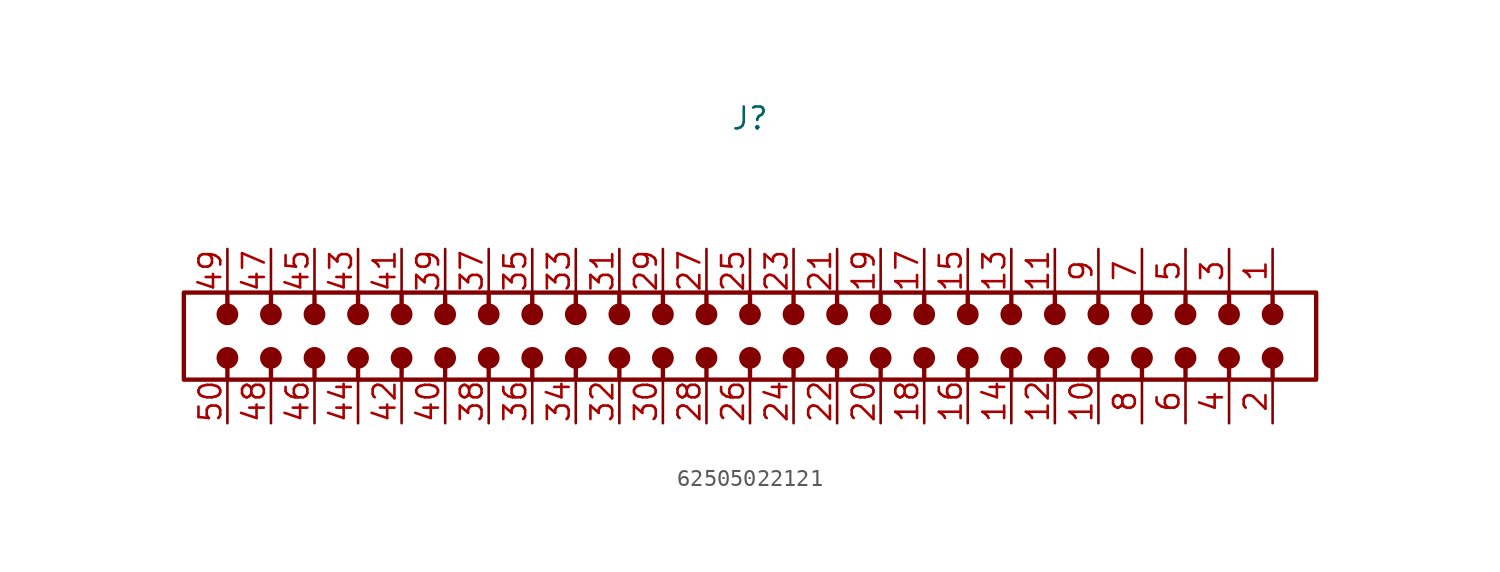
<source format=kicad_sym>
(kicad_symbol_lib
  (version 20241209)
  (generator "kicad_symbol_editor")
  (generator_version "9.0")
  (symbol "62505022121"
    (pin_names
      (hide yes))
    (property "Reference" "J"
      (at 0 12.7 0)
      (effects (font (size 1.27 1.27))))
    (symbol "62505022121_1_1"
      (rectangle (start -33.02 2.54) (end 33.02 -2.54) (stroke (width 0.254) (type solid)) (fill (type none)))
      (polyline (pts (xy -30.48 1.778) (xy -30.48 2.54)) (stroke (width 0.254) (type solid)) (fill (type none)))
      (circle (center -30.48 1.27) (radius 0.508) (stroke (width 0.254) (type solid)) (fill (type outline)))
      (circle (center -30.48 -1.27) (radius 0.508) (stroke (width 0.254) (type solid)) (fill (type outline)))
      (polyline (pts (xy -30.48 -1.778) (xy -30.48 -2.54)) (stroke (width 0.254) (type solid)) (fill (type none)))
      (polyline (pts (xy -27.94 1.778) (xy -27.94 2.54)) (stroke (width 0.254) (type solid)) (fill (type none)))
      (circle (center -27.94 1.27) (radius 0.508) (stroke (width 0.254) (type solid)) (fill (type outline)))
      (circle (center -27.94 -1.27) (radius 0.508) (stroke (width 0.254) (type solid)) (fill (type outline)))
      (polyline (pts (xy -27.94 -1.778) (xy -27.94 -2.54)) (stroke (width 0.254) (type solid)) (fill (type none)))
      (polyline (pts (xy -25.4 1.778) (xy -25.4 2.54)) (stroke (width 0.254) (type solid)) (fill (type none)))
      (circle (center -25.4 1.27) (radius 0.508) (stroke (width 0.254) (type solid)) (fill (type outline)))
      (circle (center -25.4 -1.27) (radius 0.508) (stroke (width 0.254) (type solid)) (fill (type outline)))
      (polyline (pts (xy -25.4 -1.778) (xy -25.4 -2.54)) (stroke (width 0.254) (type solid)) (fill (type none)))
      (polyline (pts (xy -22.86 1.778) (xy -22.86 2.54)) (stroke (width 0.254) (type solid)) (fill (type none)))
      (circle (center -22.86 1.27) (radius 0.508) (stroke (width 0.254) (type solid)) (fill (type outline)))
      (circle (center -22.86 -1.27) (radius 0.508) (stroke (width 0.254) (type solid)) (fill (type outline)))
      (polyline (pts (xy -22.86 -1.778) (xy -22.86 -2.54)) (stroke (width 0.254) (type solid)) (fill (type none)))
      (polyline (pts (xy -20.32 1.778) (xy -20.32 2.54)) (stroke (width 0.254) (type solid)) (fill (type none)))
      (circle (center -20.32 1.27) (radius 0.508) (stroke (width 0.254) (type solid)) (fill (type outline)))
      (circle (center -20.32 -1.27) (radius 0.508) (stroke (width 0.254) (type solid)) (fill (type outline)))
      (polyline (pts (xy -20.32 -1.778) (xy -20.32 -2.54)) (stroke (width 0.254) (type solid)) (fill (type none)))
      (polyline (pts (xy -17.78 1.778) (xy -17.78 2.54)) (stroke (width 0.254) (type solid)) (fill (type none)))
      (circle (center -17.78 1.27) (radius 0.508) (stroke (width 0.254) (type solid)) (fill (type outline)))
      (circle (center -17.78 -1.27) (radius 0.508) (stroke (width 0.254) (type solid)) (fill (type outline)))
      (polyline (pts (xy -17.78 -1.778) (xy -17.78 -2.54)) (stroke (width 0.254) (type solid)) (fill (type none)))
      (polyline (pts (xy -15.24 1.778) (xy -15.24 2.54)) (stroke (width 0.254) (type solid)) (fill (type none)))
      (circle (center -15.24 1.27) (radius 0.508) (stroke (width 0.254) (type solid)) (fill (type outline)))
      (circle (center -15.24 -1.27) (radius 0.508) (stroke (width 0.254) (type solid)) (fill (type outline)))
      (polyline (pts (xy -15.24 -1.778) (xy -15.24 -2.54)) (stroke (width 0.254) (type solid)) (fill (type none)))
      (polyline (pts (xy -12.7 1.778) (xy -12.7 2.54)) (stroke (width 0.254) (type solid)) (fill (type none)))
      (circle (center -12.7 1.27) (radius 0.508) (stroke (width 0.254) (type solid)) (fill (type outline)))
      (circle (center -12.7 -1.27) (radius 0.508) (stroke (width 0.254) (type solid)) (fill (type outline)))
      (polyline (pts (xy -12.7 -1.778) (xy -12.7 -2.54)) (stroke (width 0.254) (type solid)) (fill (type none)))
      (polyline (pts (xy -10.16 1.778) (xy -10.16 2.54)) (stroke (width 0.254) (type solid)) (fill (type none)))
      (circle (center -10.16 1.27) (radius 0.508) (stroke (width 0.254) (type solid)) (fill (type outline)))
      (circle (center -10.16 -1.27) (radius 0.508) (stroke (width 0.254) (type solid)) (fill (type outline)))
      (polyline (pts (xy -10.16 -1.778) (xy -10.16 -2.54)) (stroke (width 0.254) (type solid)) (fill (type none)))
      (polyline (pts (xy -7.62 1.778) (xy -7.62 2.54)) (stroke (width 0.254) (type solid)) (fill (type none)))
      (circle (center -7.62 1.27) (radius 0.508) (stroke (width 0.254) (type solid)) (fill (type outline)))
      (circle (center -7.62 -1.27) (radius 0.508) (stroke (width 0.254) (type solid)) (fill (type outline)))
      (polyline (pts (xy -7.62 -1.778) (xy -7.62 -2.54)) (stroke (width 0.254) (type solid)) (fill (type none)))
      (polyline (pts (xy -5.08 1.778) (xy -5.08 2.54)) (stroke (width 0.254) (type solid)) (fill (type none)))
      (circle (center -5.08 1.27) (radius 0.508) (stroke (width 0.254) (type solid)) (fill (type outline)))
      (circle (center -5.08 -1.27) (radius 0.508) (stroke (width 0.254) (type solid)) (fill (type outline)))
      (polyline (pts (xy -5.08 -1.778) (xy -5.08 -2.54)) (stroke (width 0.254) (type solid)) (fill (type none)))
      (polyline (pts (xy -2.54 1.778) (xy -2.54 2.54)) (stroke (width 0.254) (type solid)) (fill (type none)))
      (circle (center -2.54 1.27) (radius 0.508) (stroke (width 0.254) (type solid)) (fill (type outline)))
      (circle (center -2.54 -1.27) (radius 0.508) (stroke (width 0.254) (type solid)) (fill (type outline)))
      (polyline (pts (xy -2.54 -1.778) (xy -2.54 -2.54)) (stroke (width 0.254) (type solid)) (fill (type none)))
      (polyline (pts (xy 0 1.778) (xy 0 2.54)) (stroke (width 0.254) (type solid)) (fill (type none)))
      (circle (center 0 1.27) (radius 0.508) (stroke (width 0.254) (type solid)) (fill (type outline)))
      (circle (center 0 -1.27) (radius 0.508) (stroke (width 0.254) (type solid)) (fill (type outline)))
      (polyline (pts (xy 0 -1.778) (xy 0 -2.54)) (stroke (width 0.254) (type solid)) (fill (type none)))
      (polyline (pts (xy 2.54 1.778) (xy 2.54 2.54)) (stroke (width 0.254) (type solid)) (fill (type none)))
      (circle (center 2.54 1.27) (radius 0.508) (stroke (width 0.254) (type solid)) (fill (type outline)))
      (circle (center 2.54 -1.27) (radius 0.508) (stroke (width 0.254) (type solid)) (fill (type outline)))
      (polyline (pts (xy 2.54 -1.778) (xy 2.54 -2.54)) (stroke (width 0.254) (type solid)) (fill (type none)))
      (polyline (pts (xy 5.08 1.778) (xy 5.08 2.54)) (stroke (width 0.254) (type solid)) (fill (type none)))
      (circle (center 5.08 1.27) (radius 0.508) (stroke (width 0.254) (type solid)) (fill (type outline)))
      (circle (center 5.08 -1.27) (radius 0.508) (stroke (width 0.254) (type solid)) (fill (type outline)))
      (polyline (pts (xy 5.08 -1.778) (xy 5.08 -2.54)) (stroke (width 0.254) (type solid)) (fill (type none)))
      (polyline (pts (xy 7.62 1.778) (xy 7.62 2.54)) (stroke (width 0.254) (type solid)) (fill (type none)))
      (circle (center 7.62 1.27) (radius 0.508) (stroke (width 0.254) (type solid)) (fill (type outline)))
      (circle (center 7.62 -1.27) (radius 0.508) (stroke (width 0.254) (type solid)) (fill (type outline)))
      (polyline (pts (xy 7.62 -1.778) (xy 7.62 -2.54)) (stroke (width 0.254) (type solid)) (fill (type none)))
      (polyline (pts (xy 10.16 1.778) (xy 10.16 2.54)) (stroke (width 0.254) (type solid)) (fill (type none)))
      (circle (center 10.16 1.27) (radius 0.508) (stroke (width 0.254) (type solid)) (fill (type outline)))
      (circle (center 10.16 -1.27) (radius 0.508) (stroke (width 0.254) (type solid)) (fill (type outline)))
      (polyline (pts (xy 10.16 -1.778) (xy 10.16 -2.54)) (stroke (width 0.254) (type solid)) (fill (type none)))
      (polyline (pts (xy 12.7 1.778) (xy 12.7 2.54)) (stroke (width 0.254) (type solid)) (fill (type none)))
      (circle (center 12.7 1.27) (radius 0.508) (stroke (width 0.254) (type solid)) (fill (type outline)))
      (circle (center 12.7 -1.27) (radius 0.508) (stroke (width 0.254) (type solid)) (fill (type outline)))
      (polyline (pts (xy 12.7 -1.778) (xy 12.7 -2.54)) (stroke (width 0.254) (type solid)) (fill (type none)))
      (polyline (pts (xy 15.24 1.778) (xy 15.24 2.54)) (stroke (width 0.254) (type solid)) (fill (type none)))
      (circle (center 15.24 1.27) (radius 0.508) (stroke (width 0.254) (type solid)) (fill (type outline)))
      (circle (center 15.24 -1.27) (radius 0.508) (stroke (width 0.254) (type solid)) (fill (type outline)))
      (polyline (pts (xy 15.24 -1.778) (xy 15.24 -2.54)) (stroke (width 0.254) (type solid)) (fill (type none)))
      (polyline (pts (xy 17.78 1.778) (xy 17.78 2.54)) (stroke (width 0.254) (type solid)) (fill (type none)))
      (circle (center 17.78 1.27) (radius 0.508) (stroke (width 0.254) (type solid)) (fill (type outline)))
      (circle (center 17.78 -1.27) (radius 0.508) (stroke (width 0.254) (type solid)) (fill (type outline)))
      (polyline (pts (xy 17.78 -1.778) (xy 17.78 -2.54)) (stroke (width 0.254) (type solid)) (fill (type none)))
      (polyline (pts (xy 20.32 1.778) (xy 20.32 2.54)) (stroke (width 0.254) (type solid)) (fill (type none)))
      (circle (center 20.32 1.27) (radius 0.508) (stroke (width 0.254) (type solid)) (fill (type outline)))
      (circle (center 20.32 -1.27) (radius 0.508) (stroke (width 0.254) (type solid)) (fill (type outline)))
      (polyline (pts (xy 20.32 -1.778) (xy 20.32 -2.54)) (stroke (width 0.254) (type solid)) (fill (type none)))
      (polyline (pts (xy 22.86 1.778) (xy 22.86 2.54)) (stroke (width 0.254) (type solid)) (fill (type none)))
      (circle (center 22.86 1.27) (radius 0.508) (stroke (width 0.254) (type solid)) (fill (type outline)))
      (circle (center 22.86 -1.27) (radius 0.508) (stroke (width 0.254) (type solid)) (fill (type outline)))
      (polyline (pts (xy 22.86 -1.778) (xy 22.86 -2.54)) (stroke (width 0.254) (type solid)) (fill (type none)))
      (polyline (pts (xy 25.4 1.778) (xy 25.4 2.54)) (stroke (width 0.254) (type solid)) (fill (type none)))
      (circle (center 25.4 1.27) (radius 0.508) (stroke (width 0.254) (type solid)) (fill (type outline)))
      (circle (center 25.4 -1.27) (radius 0.508) (stroke (width 0.254) (type solid)) (fill (type outline)))
      (polyline (pts (xy 25.4 -1.778) (xy 25.4 -2.54)) (stroke (width 0.254) (type solid)) (fill (type none)))
      (polyline (pts (xy 27.94 1.778) (xy 27.94 2.54)) (stroke (width 0.254) (type solid)) (fill (type none)))
      (circle (center 27.94 1.27) (radius 0.508) (stroke (width 0.254) (type solid)) (fill (type outline)))
      (circle (center 27.94 -1.27) (radius 0.508) (stroke (width 0.254) (type solid)) (fill (type outline)))
      (polyline (pts (xy 27.94 -1.778) (xy 27.94 -2.54)) (stroke (width 0.254) (type solid)) (fill (type none)))
      (polyline (pts (xy 30.48 1.778) (xy 30.48 2.54)) (stroke (width 0.254) (type solid)) (fill (type none)))
      (circle (center 30.48 1.27) (radius 0.508) (stroke (width 0.254) (type solid)) (fill (type outline)))
      (circle (center 30.48 -1.27) (radius 0.508) (stroke (width 0.254) (type solid)) (fill (type outline)))
      (polyline (pts (xy 30.48 -1.778) (xy 30.48 -2.54)) (stroke (width 0.254) (type solid)) (fill (type none)))
      (pin passive line (at -30.48 5.08 270) (length 2.54) (name "49" (effects (font (size 1.27 1.27)))) (number "49" (effects (font (size 1.27 1.27)))))
      (pin passive line (at -30.48 -5.08 90) (length 2.54) (name "50" (effects (font (size 1.27 1.27)))) (number "50" (effects (font (size 1.27 1.27)))))
      (pin passive line (at -27.94 5.08 270) (length 2.54) (name "47" (effects (font (size 1.27 1.27)))) (number "47" (effects (font (size 1.27 1.27)))))
      (pin passive line (at -27.94 -5.08 90) (length 2.54) (name "48" (effects (font (size 1.27 1.27)))) (number "48" (effects (font (size 1.27 1.27)))))
      (pin passive line (at -25.4 5.08 270) (length 2.54) (name "45" (effects (font (size 1.27 1.27)))) (number "45" (effects (font (size 1.27 1.27)))))
      (pin passive line (at -25.4 -5.08 90) (length 2.54) (name "46" (effects (font (size 1.27 1.27)))) (number "46" (effects (font (size 1.27 1.27)))))
      (pin passive line (at -22.86 5.08 270) (length 2.54) (name "43" (effects (font (size 1.27 1.27)))) (number "43" (effects (font (size 1.27 1.27)))))
      (pin passive line (at -22.86 -5.08 90) (length 2.54) (name "44" (effects (font (size 1.27 1.27)))) (number "44" (effects (font (size 1.27 1.27)))))
      (pin passive line (at -20.32 5.08 270) (length 2.54) (name "41" (effects (font (size 1.27 1.27)))) (number "41" (effects (font (size 1.27 1.27)))))
      (pin passive line (at -20.32 -5.08 90) (length 2.54) (name "42" (effects (font (size 1.27 1.27)))) (number "42" (effects (font (size 1.27 1.27)))))
      (pin passive line (at -17.78 5.08 270) (length 2.54) (name "39" (effects (font (size 1.27 1.27)))) (number "39" (effects (font (size 1.27 1.27)))))
      (pin passive line (at -17.78 -5.08 90) (length 2.54) (name "40" (effects (font (size 1.27 1.27)))) (number "40" (effects (font (size 1.27 1.27)))))
      (pin passive line (at -15.24 5.08 270) (length 2.54) (name "37" (effects (font (size 1.27 1.27)))) (number "37" (effects (font (size 1.27 1.27)))))
      (pin passive line (at -15.24 -5.08 90) (length 2.54) (name "38" (effects (font (size 1.27 1.27)))) (number "38" (effects (font (size 1.27 1.27)))))
      (pin passive line (at -12.7 5.08 270) (length 2.54) (name "35" (effects (font (size 1.27 1.27)))) (number "35" (effects (font (size 1.27 1.27)))))
      (pin passive line (at -12.7 -5.08 90) (length 2.54) (name "36" (effects (font (size 1.27 1.27)))) (number "36" (effects (font (size 1.27 1.27)))))
      (pin passive line (at -10.16 5.08 270) (length 2.54) (name "33" (effects (font (size 1.27 1.27)))) (number "33" (effects (font (size 1.27 1.27)))))
      (pin passive line (at -10.16 -5.08 90) (length 2.54) (name "34" (effects (font (size 1.27 1.27)))) (number "34" (effects (font (size 1.27 1.27)))))
      (pin passive line (at -7.62 5.08 270) (length 2.54) (name "31" (effects (font (size 1.27 1.27)))) (number "31" (effects (font (size 1.27 1.27)))))
      (pin passive line (at -7.62 -5.08 90) (length 2.54) (name "32" (effects (font (size 1.27 1.27)))) (number "32" (effects (font (size 1.27 1.27)))))
      (pin passive line (at -5.08 5.08 270) (length 2.54) (name "29" (effects (font (size 1.27 1.27)))) (number "29" (effects (font (size 1.27 1.27)))))
      (pin passive line (at -5.08 -5.08 90) (length 2.54) (name "30" (effects (font (size 1.27 1.27)))) (number "30" (effects (font (size 1.27 1.27)))))
      (pin passive line (at -2.54 5.08 270) (length 2.54) (name "27" (effects (font (size 1.27 1.27)))) (number "27" (effects (font (size 1.27 1.27)))))
      (pin passive line (at -2.54 -5.08 90) (length 2.54) (name "28" (effects (font (size 1.27 1.27)))) (number "28" (effects (font (size 1.27 1.27)))))
      (pin passive line (at 0 5.08 270) (length 2.54) (name "25" (effects (font (size 1.27 1.27)))) (number "25" (effects (font (size 1.27 1.27)))))
      (pin passive line (at 0 -5.08 90) (length 2.54) (name "26" (effects (font (size 1.27 1.27)))) (number "26" (effects (font (size 1.27 1.27)))))
      (pin passive line (at 2.54 5.08 270) (length 2.54) (name "23" (effects (font (size 1.27 1.27)))) (number "23" (effects (font (size 1.27 1.27)))))
      (pin passive line (at 2.54 -5.08 90) (length 2.54) (name "24" (effects (font (size 1.27 1.27)))) (number "24" (effects (font (size 1.27 1.27)))))
      (pin passive line (at 5.08 5.08 270) (length 2.54) (name "21" (effects (font (size 1.27 1.27)))) (number "21" (effects (font (size 1.27 1.27)))))
      (pin passive line (at 5.08 -5.08 90) (length 2.54) (name "22" (effects (font (size 1.27 1.27)))) (number "22" (effects (font (size 1.27 1.27)))))
      (pin passive line (at 7.62 5.08 270) (length 2.54) (name "19" (effects (font (size 1.27 1.27)))) (number "19" (effects (font (size 1.27 1.27)))))
      (pin passive line (at 7.62 -5.08 90) (length 2.54) (name "20" (effects (font (size 1.27 1.27)))) (number "20" (effects (font (size 1.27 1.27)))))
      (pin passive line (at 10.16 5.08 270) (length 2.54) (name "17" (effects (font (size 1.27 1.27)))) (number "17" (effects (font (size 1.27 1.27)))))
      (pin passive line (at 10.16 -5.08 90) (length 2.54) (name "18" (effects (font (size 1.27 1.27)))) (number "18" (effects (font (size 1.27 1.27)))))
      (pin passive line (at 12.7 5.08 270) (length 2.54) (name "15" (effects (font (size 1.27 1.27)))) (number "15" (effects (font (size 1.27 1.27)))))
      (pin passive line (at 12.7 -5.08 90) (length 2.54) (name "16" (effects (font (size 1.27 1.27)))) (number "16" (effects (font (size 1.27 1.27)))))
      (pin passive line (at 15.24 5.08 270) (length 2.54) (name "13" (effects (font (size 1.27 1.27)))) (number "13" (effects (font (size 1.27 1.27)))))
      (pin passive line (at 15.24 -5.08 90) (length 2.54) (name "14" (effects (font (size 1.27 1.27)))) (number "14" (effects (font (size 1.27 1.27)))))
      (pin passive line (at 17.78 5.08 270) (length 2.54) (name "11" (effects (font (size 1.27 1.27)))) (number "11" (effects (font (size 1.27 1.27)))))
      (pin passive line (at 17.78 -5.08 90) (length 2.54) (name "12" (effects (font (size 1.27 1.27)))) (number "12" (effects (font (size 1.27 1.27)))))
      (pin passive line (at 20.32 5.08 270) (length 2.54) (name "9" (effects (font (size 1.27 1.27)))) (number "9" (effects (font (size 1.27 1.27)))))
      (pin passive line (at 20.32 -5.08 90) (length 2.54) (name "10" (effects (font (size 1.27 1.27)))) (number "10" (effects (font (size 1.27 1.27)))))
      (pin passive line (at 22.86 5.08 270) (length 2.54) (name "7" (effects (font (size 1.27 1.27)))) (number "7" (effects (font (size 1.27 1.27)))))
      (pin passive line (at 22.86 -5.08 90) (length 2.54) (name "8" (effects (font (size 1.27 1.27)))) (number "8" (effects (font (size 1.27 1.27)))))
      (pin passive line (at 25.4 5.08 270) (length 2.54) (name "5" (effects (font (size 1.27 1.27)))) (number "5" (effects (font (size 1.27 1.27)))))
      (pin passive line (at 25.4 -5.08 90) (length 2.54) (name "6" (effects (font (size 1.27 1.27)))) (number "6" (effects (font (size 1.27 1.27)))))
      (pin passive line (at 27.94 5.08 270) (length 2.54) (name "3" (effects (font (size 1.27 1.27)))) (number "3" (effects (font (size 1.27 1.27)))))
      (pin passive line (at 27.94 -5.08 90) (length 2.54) (name "4" (effects (font (size 1.27 1.27)))) (number "4" (effects (font (size 1.27 1.27)))))
      (pin passive line (at 30.48 5.08 270) (length 2.54) (name "1" (effects (font (size 1.27 1.27)))) (number "1" (effects (font (size 1.27 1.27)))))
      (pin passive line (at 30.48 -5.08 90) (length 2.54) (name "2" (effects (font (size 1.27 1.27)))) (number "2" (effects (font (size 1.27 1.27))))))))
</source>
